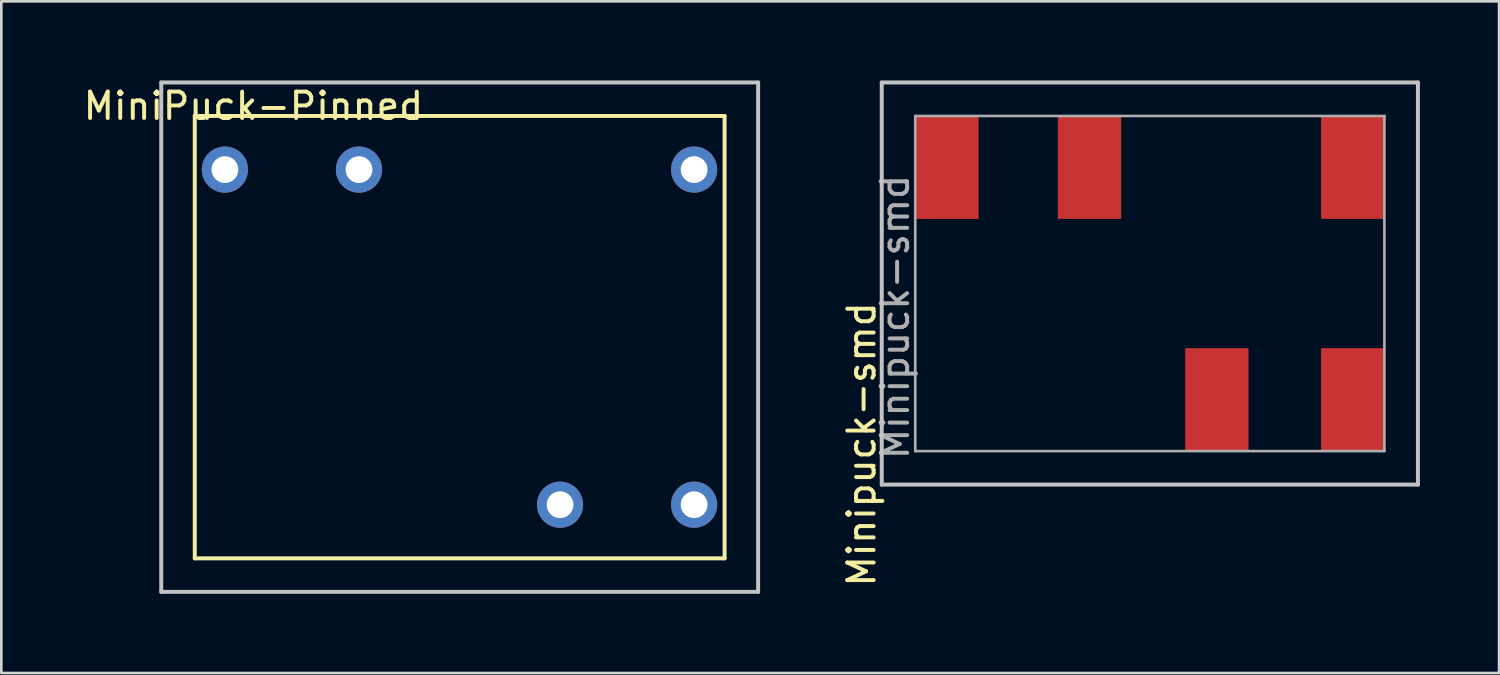
<source format=kicad_pcb>
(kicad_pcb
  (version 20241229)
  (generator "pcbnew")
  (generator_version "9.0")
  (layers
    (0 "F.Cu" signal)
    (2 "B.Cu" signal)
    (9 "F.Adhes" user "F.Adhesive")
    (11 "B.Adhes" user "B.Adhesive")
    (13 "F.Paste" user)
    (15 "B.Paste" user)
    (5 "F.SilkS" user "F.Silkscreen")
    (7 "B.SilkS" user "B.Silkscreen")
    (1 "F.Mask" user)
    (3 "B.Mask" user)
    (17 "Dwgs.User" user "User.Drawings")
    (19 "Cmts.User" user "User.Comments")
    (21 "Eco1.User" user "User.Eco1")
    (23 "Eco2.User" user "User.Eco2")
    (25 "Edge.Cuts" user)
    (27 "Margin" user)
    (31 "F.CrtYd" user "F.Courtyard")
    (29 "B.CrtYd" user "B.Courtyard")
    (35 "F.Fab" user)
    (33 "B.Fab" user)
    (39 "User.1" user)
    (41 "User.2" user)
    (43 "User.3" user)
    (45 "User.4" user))
  (footprint "Minipuck-smd"
    (layer "F.Cu")
    (at 40.525 7.695)
    (property "Reference" "Minipuck-smd" (at -10.922 6.096 270) (layer "F.SilkS") (effects (font (size 1 1) (thickness 0.15))))
    (attr smd)
    (fp_line (start -10.16 -7.62) (end 10.16 -7.62) (stroke (width 0.15) (type solid)) (layer "Dwgs.User"))
    (fp_line (start -10.16 7.62) (end -10.16 -7.62) (stroke (width 0.15) (type solid)) (layer "Dwgs.User"))
    (fp_line (start 10.16 -7.62) (end 10.16 7.62) (stroke (width 0.15) (type solid)) (layer "Dwgs.User"))
    (fp_line (start 10.16 7.62) (end -10.16 7.62) (stroke (width 0.15) (type solid)) (layer "Dwgs.User"))
    (fp_line (start -10.16 -7.62) (end 10.16 -7.62) (stroke (width 0.05) (type solid)) (layer "F.CrtYd"))
    (fp_line (start -10.16 7.62) (end -10.16 -7.62) (stroke (width 0.05) (type solid)) (layer "F.CrtYd"))
    (fp_line (start 10.16 -7.62) (end 10.16 7.62) (stroke (width 0.05) (type solid)) (layer "F.CrtYd"))
    (fp_line (start 10.16 7.62) (end -10.16 7.62) (stroke (width 0.05) (type solid)) (layer "F.CrtYd"))
    (fp_line (start -8.89 -6.35) (end 8.89 -6.35) (stroke (width 0.1) (type solid)) (layer "F.Fab"))
    (fp_line (start -8.89 6.35) (end -8.89 -6.35) (stroke (width 0.1) (type solid)) (layer "F.Fab"))
    (fp_line (start 8.89 -6.35) (end 8.89 6.35) (stroke (width 0.1) (type solid)) (layer "F.Fab"))
    (fp_line (start 8.89 6.35) (end -8.89 6.35) (stroke (width 0.1) (type solid)) (layer "F.Fab"))
    (fp_text user "${REFERENCE}" (at -9.652 1.27 90) (layer "F.Fab") (effects (font (size 1 1) (thickness 0.15))))
    (pad "1" smd rect (at -7.69 -4.4) (size 2.4 3.9) (layers "F.Cu" "F.Mask" "F.Paste"))
    (pad "2" smd rect (at -2.286 -4.4) (size 2.4 3.9) (layers "F.Cu" "F.Mask" "F.Paste"))
    (pad "3" smd rect (at 7.69 -4.4) (size 2.4 3.9) (layers "F.Cu" "F.Mask" "F.Paste"))
    (pad "4" smd rect (at 2.54 4.4) (size 2.4 3.9) (layers "F.Cu" "F.Mask" "F.Paste"))
    (pad "5" smd rect (at 7.69 4.4) (size 2.4 3.9) (layers "F.Cu" "F.Mask" "F.Paste")))
  (footprint "MiniPuck-Pinned"
    (layer "F.Cu")
    (at 5.474 3.377)
    (property "Reference" "MiniPuck-Pinned" (at 1.08 -2.41 0) (layer "F.SilkS") (effects (font (size 1 1) (thickness 0.15))))
    (attr through_hole)
    (fp_line (start -1.143 -2.032) (end -1.143 14.732) (stroke (width 0.15) (type solid)) (layer "F.SilkS"))
    (fp_line (start -1.143 -2.032) (end 18.936 -2.032) (stroke (width 0.15) (type solid)) (layer "F.SilkS"))
    (fp_line (start 18.936 -2.032) (end 18.936 14.732) (stroke (width 0.15) (type solid)) (layer "F.SilkS"))
    (fp_line (start 18.936 14.732) (end -1.143 14.732) (stroke (width 0.15) (type solid)) (layer "F.SilkS"))
    (fp_line (start -2.413 -3.302) (end -2.413 16.002) (stroke (width 0.15) (type solid)) (layer "Dwgs.User"))
    (fp_line (start -2.413 -3.302) (end 20.206 -3.302) (stroke (width 0.15) (type solid)) (layer "Dwgs.User"))
    (fp_line (start 20.206 -3.302) (end 20.206 16.002) (stroke (width 0.15) (type solid)) (layer "Dwgs.User"))
    (fp_line (start 20.206 16.002) (end -2.413 16.002) (stroke (width 0.15) (type solid)) (layer "Dwgs.User"))
    (pad "1" thru_hole circle (at 0 0) (size 1.75 1.75) (drill 1.016) (layers "*.Cu" "*.Mask"))
    (pad "2" thru_hole circle (at 5.08 0) (size 1.75 1.75) (drill 1.016) (layers "*.Cu" "*.Mask"))
    (pad "3" thru_hole circle (at 17.78 0) (size 1.75 1.75) (drill 1.016) (layers "*.Cu" "*.Mask"))
    (pad "4" thru_hole circle (at 12.7 12.7) (size 1.75 1.75) (drill 1.016) (layers "*.Cu" "*.Mask"))
    (pad "5" thru_hole circle (at 17.78 12.7) (size 1.75 1.75) (drill 1.016) (layers "*.Cu" "*.Mask")))
  (gr_rect
    (start -3 -3)
    (end 53.76 22.454)
    (stroke (width 0.1) (type default))
    (fill no)
    (layer "Edge.Cuts")))
</source>
